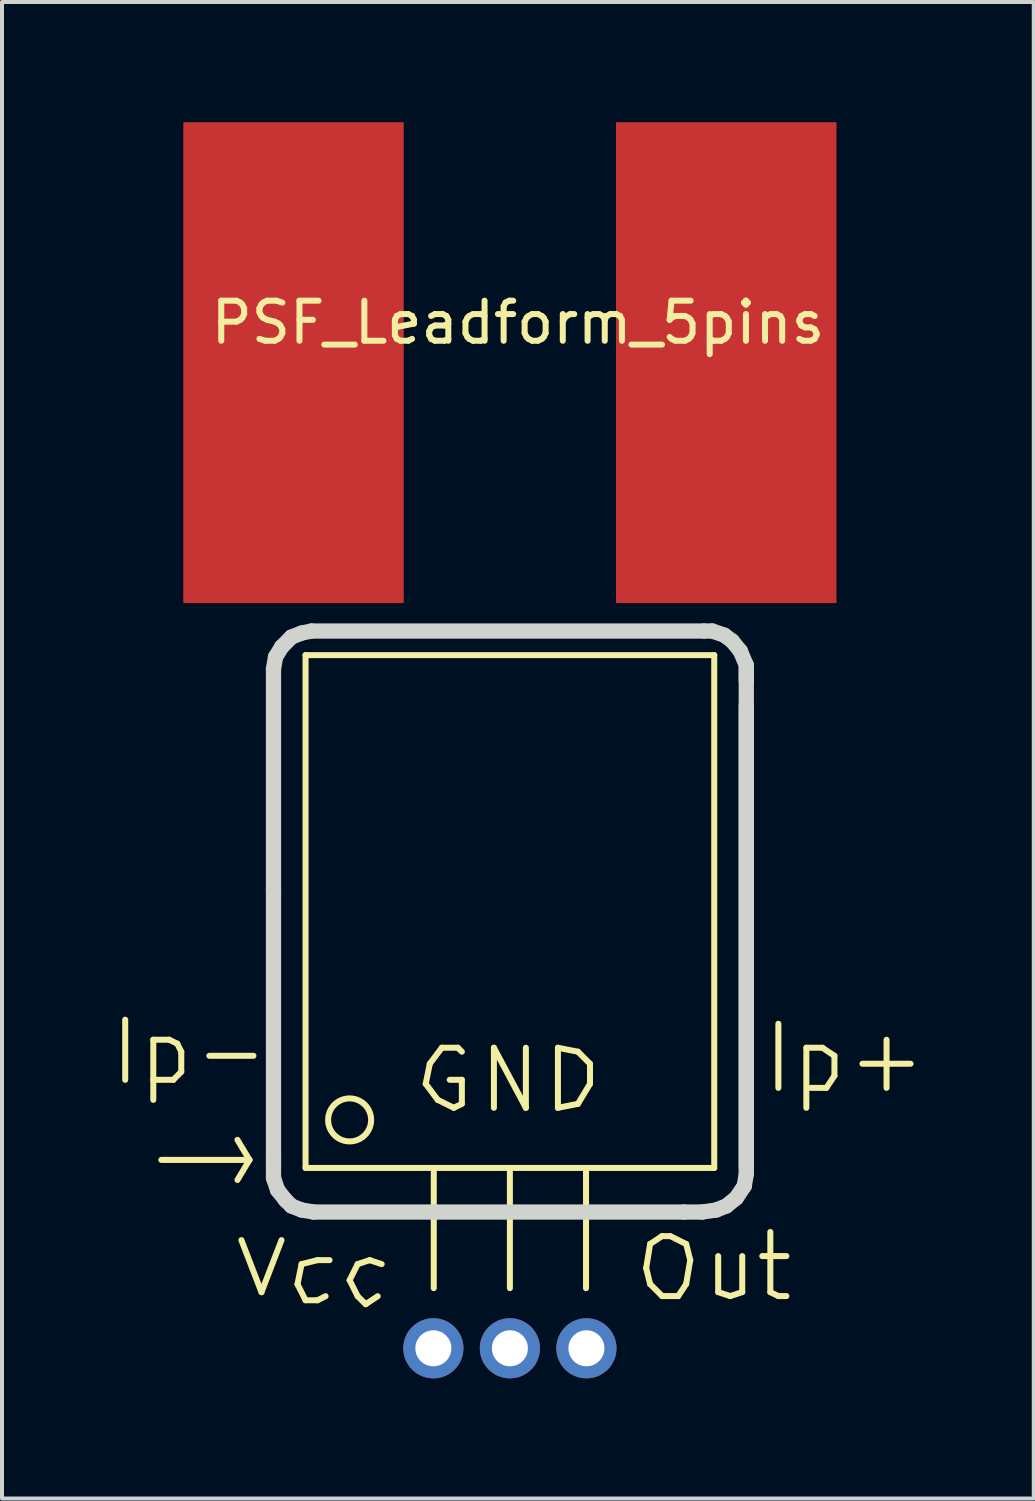
<source format=kicad_pcb>
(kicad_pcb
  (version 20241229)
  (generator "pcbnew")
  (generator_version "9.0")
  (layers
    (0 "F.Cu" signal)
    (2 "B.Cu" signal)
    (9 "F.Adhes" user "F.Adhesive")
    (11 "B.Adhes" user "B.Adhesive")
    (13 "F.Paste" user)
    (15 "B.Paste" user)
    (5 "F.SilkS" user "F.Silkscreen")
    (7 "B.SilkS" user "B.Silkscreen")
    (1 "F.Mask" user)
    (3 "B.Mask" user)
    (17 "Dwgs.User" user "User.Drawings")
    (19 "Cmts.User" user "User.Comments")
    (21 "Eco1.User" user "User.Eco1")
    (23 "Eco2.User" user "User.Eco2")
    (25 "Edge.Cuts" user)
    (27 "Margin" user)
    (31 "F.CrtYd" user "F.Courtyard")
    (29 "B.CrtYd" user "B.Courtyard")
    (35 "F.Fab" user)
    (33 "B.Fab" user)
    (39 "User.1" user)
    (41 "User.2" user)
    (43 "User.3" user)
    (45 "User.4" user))
  (footprint "PSF_Leadform_5pins"
    (layer "F.Cu")
    (at 9.676 19.9)
    (property "Reference" "PSF_Leadform_5pins" (at 0.201 -14.9 0) (layer "F.SilkS") (effects (font (size 1 1) (thickness 0.15))))
    (attr through_hole)
    (fp_line (start -9.601 2.499) (end -9.601 4) (stroke (width 0.15) (type solid)) (layer "F.SilkS"))
    (fp_line (start -8.9 3) (end -8.9 4.501) (stroke (width 0.15) (type solid)) (layer "F.SilkS"))
    (fp_line (start -8.9 3) (end -8.501 3) (stroke (width 0.15) (type solid)) (layer "F.SilkS"))
    (fp_line (start -8.501 3) (end -8.301 3.099) (stroke (width 0.15) (type solid)) (layer "F.SilkS"))
    (fp_line (start -8.4 4) (end -8.9 4) (stroke (width 0.15) (type solid)) (layer "F.SilkS"))
    (fp_line (start -8.301 3.099) (end -8.202 3.299) (stroke (width 0.15) (type solid)) (layer "F.SilkS"))
    (fp_line (start -8.202 3.299) (end -8.202 3.8) (stroke (width 0.15) (type solid)) (layer "F.SilkS"))
    (fp_line (start -8.202 3.8) (end -8.4 4) (stroke (width 0.15) (type solid)) (layer "F.SilkS"))
    (fp_line (start -6.701 8.001) (end -6.2 9.301) (stroke (width 0.15) (type solid)) (layer "F.SilkS"))
    (fp_line (start -6.5 5.999) (end -8.7 5.999) (stroke (width 0.15) (type solid)) (layer "F.SilkS"))
    (fp_line (start -6.5 5.999) (end -6.8 5.499) (stroke (width 0.15) (type solid)) (layer "F.SilkS"))
    (fp_line (start -6.5 5.999) (end -6.8 6.5) (stroke (width 0.15) (type solid)) (layer "F.SilkS"))
    (fp_line (start -6.401 3.401) (end -7.501 3.401) (stroke (width 0.15) (type solid)) (layer "F.SilkS"))
    (fp_line (start -6.2 9.301) (end -5.7 8.001) (stroke (width 0.15) (type solid)) (layer "F.SilkS"))
    (fp_line (start -5.301 9.101) (end -5.1 9.502) (stroke (width 0.15) (type solid)) (layer "F.SilkS"))
    (fp_line (start -5.199 8.6) (end -5.301 9.101) (stroke (width 0.15) (type solid)) (layer "F.SilkS"))
    (fp_line (start -5.1 -6.599) (end 5.1 -6.599) (stroke (width 0.15) (type solid)) (layer "F.SilkS"))
    (fp_line (start -5.1 6.2) (end -5.1 -6.599) (stroke (width 0.15) (type solid)) (layer "F.SilkS"))
    (fp_line (start -5.1 9.502) (end -4.801 9.502) (stroke (width 0.15) (type solid)) (layer "F.SilkS"))
    (fp_line (start -4.801 8.501) (end -5.199 8.6) (stroke (width 0.15) (type solid)) (layer "F.SilkS"))
    (fp_line (start -4.801 9.502) (end -4.6 9.401) (stroke (width 0.15) (type solid)) (layer "F.SilkS"))
    (fp_line (start -4.501 8.501) (end -4.801 8.501) (stroke (width 0.15) (type solid)) (layer "F.SilkS"))
    (fp_line (start -4 9.002) (end -3.8 9.401) (stroke (width 0.15) (type solid)) (layer "F.SilkS"))
    (fp_line (start -3.8 8.6) (end -4 9.002) (stroke (width 0.15) (type solid)) (layer "F.SilkS"))
    (fp_line (start -3.8 9.401) (end -3.599 9.601) (stroke (width 0.15) (type solid)) (layer "F.SilkS"))
    (fp_line (start -3.599 9.601) (end -3.299 9.401) (stroke (width 0.15) (type solid)) (layer "F.SilkS"))
    (fp_line (start -3.5 8.501) (end -3.8 8.6) (stroke (width 0.15) (type solid)) (layer "F.SilkS"))
    (fp_line (start -3.2 8.6) (end -3.5 8.501) (stroke (width 0.15) (type solid)) (layer "F.SilkS"))
    (fp_line (start -2.101 4.1) (end -1.801 4.501) (stroke (width 0.15) (type solid)) (layer "F.SilkS"))
    (fp_line (start -1.999 3.599) (end -2.101 4.1) (stroke (width 0.15) (type solid)) (layer "F.SilkS"))
    (fp_line (start -1.9 6.2) (end -1.9 9.2) (stroke (width 0.15) (type solid)) (layer "F.SilkS"))
    (fp_line (start -1.801 4.501) (end -1.4 4.699) (stroke (width 0.15) (type solid)) (layer "F.SilkS"))
    (fp_line (start -1.699 3.2) (end -1.999 3.599) (stroke (width 0.15) (type solid)) (layer "F.SilkS"))
    (fp_line (start -1.4 4.699) (end -1.199 4.6) (stroke (width 0.15) (type solid)) (layer "F.SilkS"))
    (fp_line (start -1.3 3.2) (end -1.699 3.2) (stroke (width 0.15) (type solid)) (layer "F.SilkS"))
    (fp_line (start -1.199 3.299) (end -1.3 3.2) (stroke (width 0.15) (type solid)) (layer "F.SilkS"))
    (fp_line (start -1.199 4) (end -1.501 4) (stroke (width 0.15) (type solid)) (layer "F.SilkS"))
    (fp_line (start -1.199 4.6) (end -1.199 4) (stroke (width 0.15) (type solid)) (layer "F.SilkS"))
    (fp_line (start -0.399 3.2) (end 0.399 4.699) (stroke (width 0.15) (type solid)) (layer "F.SilkS"))
    (fp_line (start -0.399 4.699) (end -0.399 3.2) (stroke (width 0.15) (type solid)) (layer "F.SilkS"))
    (fp_line (start 0 6.2) (end 0 9.2) (stroke (width 0.15) (type solid)) (layer "F.SilkS"))
    (fp_line (start 0.399 4.699) (end 0.399 3.2) (stroke (width 0.15) (type solid)) (layer "F.SilkS"))
    (fp_line (start 1.199 3.2) (end 1.199 4.699) (stroke (width 0.15) (type solid)) (layer "F.SilkS"))
    (fp_line (start 1.199 4.699) (end 1.699 4.6) (stroke (width 0.15) (type solid)) (layer "F.SilkS"))
    (fp_line (start 1.699 3.299) (end 1.199 3.2) (stroke (width 0.15) (type solid)) (layer "F.SilkS"))
    (fp_line (start 1.699 4.6) (end 1.999 4.1) (stroke (width 0.15) (type solid)) (layer "F.SilkS"))
    (fp_line (start 1.9 6.2) (end 1.9 9.2) (stroke (width 0.15) (type solid)) (layer "F.SilkS"))
    (fp_line (start 1.999 3.599) (end 1.699 3.299) (stroke (width 0.15) (type solid)) (layer "F.SilkS"))
    (fp_line (start 1.999 4.1) (end 1.999 3.599) (stroke (width 0.15) (type solid)) (layer "F.SilkS"))
    (fp_line (start 3.401 8.7) (end 3.5 9.098) (stroke (width 0.15) (type solid)) (layer "F.SilkS"))
    (fp_line (start 3.5 8.098) (end 3.401 8.7) (stroke (width 0.15) (type solid)) (layer "F.SilkS"))
    (fp_line (start 3.5 9.098) (end 3.8 9.398) (stroke (width 0.15) (type solid)) (layer "F.SilkS"))
    (fp_line (start 3.8 7.899) (end 3.5 8.098) (stroke (width 0.15) (type solid)) (layer "F.SilkS"))
    (fp_line (start 3.8 9.398) (end 4.201 9.398) (stroke (width 0.15) (type solid)) (layer "F.SilkS"))
    (fp_line (start 4 7.902) (end 3.8 7.902) (stroke (width 0.15) (type solid)) (layer "F.SilkS"))
    (fp_line (start 4.201 9.398) (end 4.399 9.098) (stroke (width 0.15) (type solid)) (layer "F.SilkS"))
    (fp_line (start 4.399 8.098) (end 4 7.899) (stroke (width 0.15) (type solid)) (layer "F.SilkS"))
    (fp_line (start 4.399 9.098) (end 4.501 8.499) (stroke (width 0.15) (type solid)) (layer "F.SilkS"))
    (fp_line (start 4.501 8.499) (end 4.399 8.098) (stroke (width 0.15) (type solid)) (layer "F.SilkS"))
    (fp_line (start 5.1 -6.599) (end 5.1 6.2) (stroke (width 0.15) (type solid)) (layer "F.SilkS"))
    (fp_line (start 5.1 6.2) (end -5.1 6.2) (stroke (width 0.15) (type solid)) (layer "F.SilkS"))
    (fp_line (start 5.199 8.4) (end 5.199 9.299) (stroke (width 0.15) (type solid)) (layer "F.SilkS"))
    (fp_line (start 5.199 9.299) (end 5.499 9.398) (stroke (width 0.15) (type solid)) (layer "F.SilkS"))
    (fp_line (start 5.499 9.398) (end 5.799 9.299) (stroke (width 0.15) (type solid)) (layer "F.SilkS"))
    (fp_line (start 5.799 9.299) (end 5.799 8.4) (stroke (width 0.15) (type solid)) (layer "F.SilkS"))
    (fp_line (start 6.5 7.798) (end 6.5 9.299) (stroke (width 0.15) (type solid)) (layer "F.SilkS"))
    (fp_line (start 6.5 9.299) (end 6.701 9.398) (stroke (width 0.15) (type solid)) (layer "F.SilkS"))
    (fp_line (start 6.701 2.601) (end 6.701 4.201) (stroke (width 0.15) (type solid)) (layer "F.SilkS"))
    (fp_line (start 6.701 9.398) (end 6.901 9.398) (stroke (width 0.15) (type solid)) (layer "F.SilkS"))
    (fp_line (start 6.901 8.4) (end 6.299 8.4) (stroke (width 0.15) (type solid)) (layer "F.SilkS"))
    (fp_line (start 7.399 3.2) (end 7.399 4.699) (stroke (width 0.15) (type solid)) (layer "F.SilkS"))
    (fp_line (start 7.399 3.2) (end 7.8 3.2) (stroke (width 0.15) (type solid)) (layer "F.SilkS"))
    (fp_line (start 7.8 3.2) (end 8.1 3.401) (stroke (width 0.15) (type solid)) (layer "F.SilkS"))
    (fp_line (start 7.899 4.201) (end 7.501 4.201) (stroke (width 0.15) (type solid)) (layer "F.SilkS"))
    (fp_line (start 8.1 3.401) (end 8.1 3.899) (stroke (width 0.15) (type solid)) (layer "F.SilkS"))
    (fp_line (start 8.1 3.899) (end 7.899 4.201) (stroke (width 0.15) (type solid)) (layer "F.SilkS"))
    (fp_line (start 9.401 3) (end 9.401 4.201) (stroke (width 0.15) (type solid)) (layer "F.SilkS"))
    (fp_line (start 10 3.599) (end 8.799 3.599) (stroke (width 0.15) (type solid)) (layer "F.SilkS"))
    (fp_circle (center -4 5.001) (end -3.8 5.499) (stroke (width 0.15) (type solid)) (fill no) (layer "F.SilkS"))
    (fp_line (start -5.9 -6.251) (end -5.85 -6.551) (stroke (width 0.381) (type solid)) (layer "Edge.Cuts"))
    (fp_line (start -5.9 -0.749) (end -5.9 -6.251) (stroke (width 0.381) (type solid)) (layer "Edge.Cuts"))
    (fp_line (start -5.9 5.999) (end -5.9 -0.749) (stroke (width 0.381) (type solid)) (layer "Edge.Cuts"))
    (fp_line (start -5.9 6.449) (end -5.9 5.999) (stroke (width 0.381) (type solid)) (layer "Edge.Cuts"))
    (fp_line (start -5.85 -6.551) (end -5.7 -6.8) (stroke (width 0.381) (type solid)) (layer "Edge.Cuts"))
    (fp_line (start -5.799 6.749) (end -5.9 6.449) (stroke (width 0.381) (type solid)) (layer "Edge.Cuts"))
    (fp_line (start -5.7 -6.8) (end -5.451 -7.051) (stroke (width 0.381) (type solid)) (layer "Edge.Cuts"))
    (fp_line (start -5.601 7) (end -5.799 6.749) (stroke (width 0.381) (type solid)) (layer "Edge.Cuts"))
    (fp_line (start -5.451 -7.051) (end -5.199 -7.15) (stroke (width 0.381) (type solid)) (layer "Edge.Cuts"))
    (fp_line (start -5.451 7.15) (end -5.601 7) (stroke (width 0.381) (type solid)) (layer "Edge.Cuts"))
    (fp_line (start -5.199 -7.15) (end -4.95 -7.201) (stroke (width 0.381) (type solid)) (layer "Edge.Cuts"))
    (fp_line (start -5.199 7.249) (end -5.451 7.15) (stroke (width 0.381) (type solid)) (layer "Edge.Cuts"))
    (fp_line (start -4.95 -7.201) (end 4.849 -7.201) (stroke (width 0.381) (type solid)) (layer "Edge.Cuts"))
    (fp_line (start -4.9 7.3) (end -5.199 7.249) (stroke (width 0.381) (type solid)) (layer "Edge.Cuts"))
    (fp_line (start 4.351 7.3) (end -4.9 7.3) (stroke (width 0.381) (type solid)) (layer "Edge.Cuts"))
    (fp_line (start 4.801 7.3) (end 4.351 7.3) (stroke (width 0.381) (type solid)) (layer "Edge.Cuts"))
    (fp_line (start 4.849 -7.201) (end 5.05 -7.201) (stroke (width 0.381) (type solid)) (layer "Edge.Cuts"))
    (fp_line (start 5.05 -7.201) (end 5.349 -7.099) (stroke (width 0.381) (type solid)) (layer "Edge.Cuts"))
    (fp_line (start 5.151 7.249) (end 4.801 7.3) (stroke (width 0.381) (type solid)) (layer "Edge.Cuts"))
    (fp_line (start 5.349 -7.099) (end 5.55 -6.949) (stroke (width 0.381) (type solid)) (layer "Edge.Cuts"))
    (fp_line (start 5.4 7.15) (end 5.151 7.249) (stroke (width 0.381) (type solid)) (layer "Edge.Cuts"))
    (fp_line (start 5.55 -6.949) (end 5.751 -6.701) (stroke (width 0.381) (type solid)) (layer "Edge.Cuts"))
    (fp_line (start 5.649 6.949) (end 5.4 7.15) (stroke (width 0.381) (type solid)) (layer "Edge.Cuts"))
    (fp_line (start 5.751 -6.701) (end 5.9 -6.35) (stroke (width 0.381) (type solid)) (layer "Edge.Cuts"))
    (fp_line (start 5.85 6.65) (end 5.649 6.949) (stroke (width 0.381) (type solid)) (layer "Edge.Cuts"))
    (fp_line (start 5.9 -6.35) (end 5.9 -5.951) (stroke (width 0.381) (type solid)) (layer "Edge.Cuts"))
    (fp_line (start 5.9 -6.251) (end 5.9 6.35) (stroke (width 0.381) (type solid)) (layer "Edge.Cuts"))
    (fp_line (start 5.9 -5.349) (end 5.9 6.2) (stroke (width 0.381) (type solid)) (layer "Edge.Cuts"))
    (fp_line (start 5.9 6.35) (end 5.85 6.65) (stroke (width 0.381) (type solid)) (layer "Edge.Cuts"))
    (pad "1" thru_hole circle (at -1.91 10.701) (size 1.501 1.501) (drill 0.899) (layers "*.Cu" "*.Mask"))
    (pad "2" thru_hole circle (at 0 10.701) (size 1.501 1.501) (drill 0.899) (layers "*.Cu" "*.Mask"))
    (pad "3" thru_hole circle (at 1.91 10.701) (size 1.501 1.501) (drill 0.899) (layers "*.Cu" "*.Mask"))
    (pad "4" smd rect (at 5.4 -13.899) (size 5.502 12.002) (layers "F.Cu" "F.Mask" "F.Paste"))
    (pad "5" smd rect (at -5.4 -13.899) (size 5.502 12.002) (layers "F.Cu" "F.Mask" "F.Paste")))
  (gr_rect
    (start -3 -3)
    (end 22.751 34.351)
    (stroke (width 0.1) (type default))
    (fill no)
    (layer "Edge.Cuts")))
</source>
